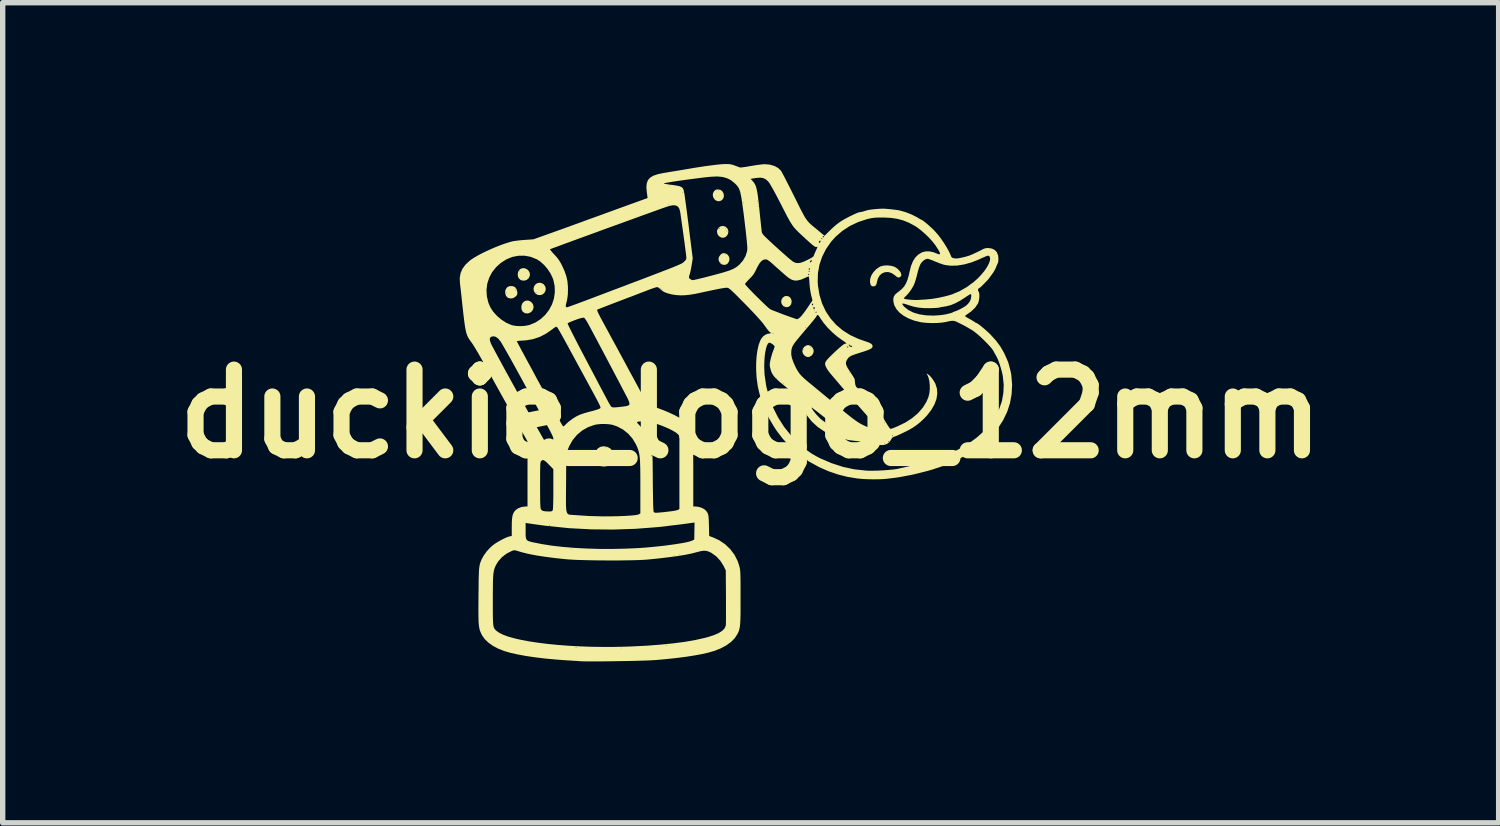
<source format=kicad_pcb>
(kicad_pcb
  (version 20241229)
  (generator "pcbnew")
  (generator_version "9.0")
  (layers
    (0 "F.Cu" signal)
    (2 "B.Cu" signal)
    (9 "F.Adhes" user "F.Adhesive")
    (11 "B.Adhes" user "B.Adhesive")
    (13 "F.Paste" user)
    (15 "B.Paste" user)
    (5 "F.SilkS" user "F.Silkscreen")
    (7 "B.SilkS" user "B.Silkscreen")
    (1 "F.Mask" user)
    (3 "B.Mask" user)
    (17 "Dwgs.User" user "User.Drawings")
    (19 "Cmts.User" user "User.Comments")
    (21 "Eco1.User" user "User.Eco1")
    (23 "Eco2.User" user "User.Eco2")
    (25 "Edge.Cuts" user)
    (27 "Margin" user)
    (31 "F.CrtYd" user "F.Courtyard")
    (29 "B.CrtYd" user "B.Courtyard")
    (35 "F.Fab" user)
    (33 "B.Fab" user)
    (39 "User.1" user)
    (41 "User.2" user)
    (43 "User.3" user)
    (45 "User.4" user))
  (footprint "duckie_logo_12mm"
    (layer "F.Cu")
    (at 10.907 4.644)
    (property "Reference" "duckie_logo_12mm" (at 0 0 0) (layer "F.SilkS") (effects (font (size 1.5 1.5) (thickness 0.3))))
    (attr board_only exclude_from_pos_files exclude_from_bom)
    (fp_poly (pts (xy 0.71 -2.182) (xy 0.742 -2.153) (xy 0.76 -2.11) (xy 0.762 -2.086) (xy 0.753 -2.038) (xy 0.728 -2.004) (xy 0.693 -1.985) (xy 0.652 -1.983) (xy 0.61 -2.002) (xy 0.602 -2.009) (xy 0.576 -2.044) (xy 0.567 -2.085) (xy 0.575 -2.126) (xy 0.597 -2.161) (xy 0.63 -2.185) (xy 0.665 -2.192)) (stroke (width 0) (type solid)) (fill yes) (layer "F.SilkS"))
    (fp_poly (pts (xy -4.097 -2.091) (xy -4.062 -2.059) (xy -4.049 -2.039) (xy -4.036 -1.992) (xy -4.043 -1.948) (xy -4.066 -1.909) (xy -4.1 -1.881) (xy -4.143 -1.866) (xy -4.19 -1.87) (xy -4.204 -1.875) (xy -4.241 -1.902) (xy -4.261 -1.945) (xy -4.263 -2) (xy -4.263 -2.001) (xy -4.248 -2.05) (xy -4.219 -2.084) (xy -4.181 -2.103) (xy -4.139 -2.106)) (stroke (width 0) (type solid)) (fill yes) (layer "F.SilkS"))
    (fp_poly (pts (xy -0.561 -4.164) (xy -0.525 -4.136) (xy -0.504 -4.096) (xy -0.497 -4.047) (xy -0.509 -4.006) (xy -0.534 -3.974) (xy -0.568 -3.956) (xy -0.607 -3.952) (xy -0.648 -3.967) (xy -0.669 -3.984) (xy -0.695 -4.024) (xy -0.705 -4.067) (xy -0.698 -4.108) (xy -0.678 -4.144) (xy -0.661 -4.155) (xy -0.61 -4.155) (xy -0.604 -4.149) (xy -0.598 -4.155) (xy -0.604 -4.161) (xy -0.61 -4.155) (xy -0.661 -4.155) (xy -0.645 -4.167) (xy -0.611 -4.173)) (stroke (width 0) (type solid)) (fill yes) (layer "F.SilkS"))
    (fp_poly (pts (xy -3.865 -2.421) (xy -3.844 -2.404) (xy -3.817 -2.363) (xy -3.809 -2.32) (xy -3.818 -2.279) (xy -3.841 -2.243) (xy -3.875 -2.217) (xy -3.917 -2.206) (xy -3.964 -2.213) (xy -3.968 -2.215) (xy -4.007 -2.242) (xy -4.015 -2.256) (xy -3.997 -2.256) (xy -3.991 -2.25) (xy -3.985 -2.256) (xy -3.991 -2.262) (xy -3.997 -2.256) (xy -4.015 -2.256) (xy -4.031 -2.283) (xy -4.037 -2.331) (xy -4.026 -2.372) (xy -3.996 -2.412) (xy -3.955 -2.434) (xy -3.91 -2.437)) (stroke (width 0) (type solid)) (fill yes) (layer "F.SilkS"))
    (fp_poly (pts (xy -4.199 -2.706) (xy -4.159 -2.689) (xy -4.127 -2.658) (xy -4.107 -2.618) (xy -4.105 -2.571) (xy -4.107 -2.563) (xy -4.129 -2.519) (xy -4.165 -2.489) (xy -4.21 -2.476) (xy -4.258 -2.481) (xy -4.281 -2.491) (xy -4.312 -2.521) (xy -4.329 -2.562) (xy -4.331 -2.608) (xy -4.318 -2.652) (xy -4.316 -2.655) (xy -4.302 -2.655) (xy -4.296 -2.649) (xy -4.29 -2.655) (xy -4.296 -2.661) (xy -4.302 -2.655) (xy -4.316 -2.655) (xy -4.29 -2.687) (xy -4.286 -2.691) (xy -4.243 -2.708)) (stroke (width 0) (type solid)) (fill yes) (layer "F.SilkS"))
    (fp_poly (pts (xy -0.457 -2.979) (xy -0.421 -2.951) (xy -0.399 -2.912) (xy -0.394 -2.866) (xy -0.403 -2.833) (xy -0.43 -2.791) (xy -0.467 -2.77) (xy -0.512 -2.771) (xy -0.535 -2.778) (xy -0.57 -2.803) (xy -0.578 -2.819) (xy -0.563 -2.819) (xy -0.557 -2.813) (xy -0.551 -2.819) (xy -0.557 -2.825) (xy -0.563 -2.819) (xy -0.578 -2.819) (xy -0.592 -2.844) (xy -0.598 -2.881) (xy -0.589 -2.917) (xy -0.566 -2.952) (xy -0.558 -2.96) (xy -0.481 -2.96) (xy -0.475 -2.954) (xy -0.469 -2.96) (xy -0.475 -2.965) (xy -0.481 -2.96) (xy -0.558 -2.96) (xy -0.536 -2.978) (xy -0.505 -2.989) (xy -0.504 -2.989)) (stroke (width 0) (type solid)) (fill yes) (layer "F.SilkS"))
    (fp_poly (pts (xy 1.108 -1.267) (xy 1.143 -1.239) (xy 1.166 -1.2) (xy 1.172 -1.166) (xy 1.162 -1.122) (xy 1.135 -1.085) (xy 1.098 -1.061) (xy 1.067 -1.055) (xy 1.026 -1.065) (xy 0.995 -1.089) (xy 0.97 -1.124) (xy 0.961 -1.162) (xy 0.961 -1.166) (xy 0.969 -1.201) (xy 0.985 -1.201) (xy 0.99 -1.196) (xy 0.996 -1.201) (xy 0.99 -1.207) (xy 0.985 -1.201) (xy 0.969 -1.201) (xy 0.971 -1.21) (xy 0.99 -1.237) (xy 1.114 -1.237) (xy 1.119 -1.231) (xy 1.125 -1.237) (xy 1.119 -1.242) (xy 1.114 -1.237) (xy 0.99 -1.237) (xy 0.998 -1.247) (xy 1.035 -1.271) (xy 1.067 -1.278)) (stroke (width 0) (type solid)) (fill yes) (layer "F.SilkS"))
    (fp_poly (pts (xy 2.606 -2.753) (xy 2.666 -2.737) (xy 2.675 -2.733) (xy 2.722 -2.704) (xy 2.76 -2.668) (xy 2.787 -2.631) (xy 2.8 -2.595) (xy 2.798 -2.565) (xy 2.779 -2.544) (xy 2.758 -2.535) (xy 2.74 -2.535) (xy 2.718 -2.546) (xy 2.687 -2.571) (xy 2.679 -2.578) (xy 2.618 -2.618) (xy 2.557 -2.636) (xy 2.497 -2.633) (xy 2.443 -2.612) (xy 2.398 -2.572) (xy 2.365 -2.516) (xy 2.35 -2.458) (xy 2.341 -2.421) (xy 2.33 -2.392) (xy 2.324 -2.385) (xy 2.296 -2.37) (xy 2.264 -2.37) (xy 2.239 -2.385) (xy 2.228 -2.408) (xy 2.22 -2.442) (xy 2.218 -2.453) (xy 2.223 -2.513) (xy 2.245 -2.576) (xy 2.284 -2.636) (xy 2.334 -2.689) (xy 2.393 -2.73) (xy 2.412 -2.74) (xy 2.469 -2.755) (xy 2.537 -2.76)) (stroke (width 0) (type solid)) (fill yes) (layer "F.SilkS"))
    (fp_poly (pts (xy -4.431 -2.375) (xy -4.386 -2.359) (xy -4.356 -2.326) (xy -4.341 -2.276) (xy -4.34 -2.27) (xy -4.338 -2.234) (xy -4.345 -2.21) (xy -4.364 -2.186) (xy -4.37 -2.181) (xy -4.411 -2.153) (xy -4.459 -2.144) (xy -4.506 -2.154) (xy -4.521 -2.163) (xy -4.55 -2.196) (xy -4.564 -2.241) (xy -4.564 -2.245) (xy -4.548 -2.245) (xy -4.542 -2.239) (xy -4.536 -2.245) (xy -4.542 -2.25) (xy -4.548 -2.245) (xy -4.564 -2.245) (xy -4.562 -2.29) (xy -4.562 -2.292) (xy -4.372 -2.292) (xy -4.366 -2.286) (xy -4.36 -2.292) (xy -4.366 -2.297) (xy -4.372 -2.292) (xy -4.562 -2.292) (xy -4.555 -2.313) (xy -4.546 -2.327) (xy -4.384 -2.327) (xy -4.378 -2.321) (xy -4.372 -2.327) (xy -4.378 -2.333) (xy -4.384 -2.327) (xy -4.546 -2.327) (xy -4.528 -2.353) (xy -4.487 -2.374) (xy -4.434 -2.375)) (stroke (width 0) (type solid)) (fill yes) (layer "F.SilkS"))
    (fp_poly (pts (xy -2.664 0.615) (xy -2.613 0.642) (xy -2.576 0.683) (xy -2.552 0.732) (xy -2.544 0.788) (xy -2.551 0.844) (xy -2.576 0.898) (xy -2.619 0.946) (xy -2.628 0.953) (xy -2.67 0.972) (xy -2.722 0.98) (xy -2.773 0.976) (xy -2.797 0.968) (xy -2.843 0.936) (xy -2.879 0.889) (xy -2.885 0.873) (xy -2.872 0.873) (xy -2.866 0.879) (xy -2.86 0.873) (xy -2.866 0.867) (xy -2.872 0.873) (xy -2.885 0.873) (xy -2.894 0.85) (xy -2.579 0.85) (xy -2.573 0.856) (xy -2.567 0.85) (xy -2.573 0.844) (xy -2.579 0.85) (xy -2.894 0.85) (xy -2.9 0.834) (xy -2.907 0.776) (xy -2.896 0.721) (xy -2.882 0.693) (xy -2.841 0.644) (xy -2.815 0.627) (xy -2.696 0.627) (xy -2.69 0.633) (xy -2.684 0.627) (xy -2.69 0.621) (xy -2.696 0.627) (xy -2.815 0.627) (xy -2.799 0.616) (xy -2.747 0.605) (xy -2.726 0.604)) (stroke (width 0) (type solid)) (fill yes) (layer "F.SilkS"))
    (fp_poly (pts (xy -0.471 -3.481) (xy -0.454 -3.469) (xy -0.425 -3.435) (xy -0.414 -3.395) (xy -0.419 -3.354) (xy -0.437 -3.317) (xy -0.465 -3.289) (xy -0.501 -3.274) (xy -0.544 -3.276) (xy -0.551 -3.279) (xy -0.593 -3.305) (xy -0.619 -3.345) (xy -0.626 -3.391) (xy -0.625 -3.399) (xy -0.445 -3.399) (xy -0.441 -3.39) (xy -0.438 -3.391) (xy -0.436 -3.405) (xy -0.438 -3.407) (xy -0.445 -3.405) (xy -0.445 -3.399) (xy -0.625 -3.399) (xy -0.621 -3.418) (xy -0.611 -3.435) (xy -0.595 -3.435) (xy -0.593 -3.434) (xy -0.583 -3.443) (xy -0.58 -3.446) (xy -0.579 -3.452) (xy -0.469 -3.452) (xy -0.463 -3.446) (xy -0.457 -3.452) (xy -0.463 -3.458) (xy -0.469 -3.452) (xy -0.579 -3.452) (xy -0.577 -3.457) (xy -0.579 -3.458) (xy -0.59 -3.45) (xy -0.592 -3.446) (xy -0.595 -3.435) (xy -0.611 -3.435) (xy -0.596 -3.46) (xy -0.559 -3.486) (xy -0.516 -3.493)) (stroke (width 0) (type solid)) (fill yes) (layer "F.SilkS"))
    (fp_poly (pts (xy -0.414 -4.643) (xy -0.367 -4.638) (xy -0.323 -4.626) (xy -0.293 -4.615) (xy -0.252 -4.6) (xy -0.218 -4.587) (xy -0.199 -4.58) (xy -0.181 -4.58) (xy -0.145 -4.584) (xy -0.095 -4.591) (xy -0.035 -4.601) (xy 0.001 -4.607) (xy 0.071 -4.619) (xy 0.14 -4.629) (xy 0.203 -4.637) (xy 0.251 -4.641) (xy 0.265 -4.641) (xy 0.356 -4.633) (xy 0.439 -4.609) (xy 0.51 -4.571) (xy 0.562 -4.521) (xy 0.573 -4.505) (xy 0.592 -4.469) (xy 0.62 -4.417) (xy 0.654 -4.351) (xy 0.693 -4.274) (xy 0.737 -4.188) (xy 0.784 -4.094) (xy 0.808 -4.046) (xy 0.862 -3.938) (xy 0.906 -3.849) (xy 0.943 -3.776) (xy 0.975 -3.716) (xy 1.002 -3.667) (xy 1.027 -3.627) (xy 1.052 -3.593) (xy 1.078 -3.562) (xy 1.107 -3.533) (xy 1.141 -3.503) (xy 1.182 -3.469) (xy 1.231 -3.429) (xy 1.27 -3.396) (xy 1.374 -3.31) (xy 1.469 -3.405) (xy 1.536 -3.468) (xy 1.599 -3.522) (xy 1.664 -3.57) (xy 1.735 -3.614) (xy 1.817 -3.658) (xy 1.913 -3.705) (xy 1.977 -3.734) (xy 2.01 -3.746) (xy 2.038 -3.751) (xy 2.039 -3.751) (xy 2.063 -3.755) (xy 2.1 -3.764) (xy 2.129 -3.774) (xy 2.173 -3.786) (xy 2.23 -3.796) (xy 2.303 -3.805) (xy 2.396 -3.812) (xy 2.443 -3.814) (xy 2.475 -3.814) (xy 2.524 -3.811) (xy 2.582 -3.806) (xy 2.644 -3.799) (xy 2.702 -3.792) (xy 2.749 -3.785) (xy 2.772 -3.78) (xy 2.886 -3.748) (xy 2.994 -3.705) (xy 3.089 -3.657) (xy 3.103 -3.649) (xy 3.136 -3.628) (xy 3.161 -3.614) (xy 3.171 -3.61) (xy 3.187 -3.603) (xy 3.217 -3.582) (xy 3.255 -3.552) (xy 3.299 -3.515) (xy 3.344 -3.474) (xy 3.388 -3.434) (xy 3.42 -3.401) (xy 3.478 -3.336) (xy 3.537 -3.259) (xy 3.594 -3.176) (xy 3.646 -3.092) (xy 3.69 -3.012) (xy 3.722 -2.942) (xy 3.731 -2.917) (xy 3.747 -2.903) (xy 3.779 -2.892) (xy 3.819 -2.888) (xy 3.86 -2.891) (xy 3.925 -2.904) (xy 3.992 -2.92) (xy 4.051 -2.937) (xy 4.094 -2.953) (xy 4.133 -2.97) (xy 4.18 -2.992) (xy 4.227 -3.014) (xy 4.267 -3.034) (xy 4.29 -3.046) (xy 4.331 -3.067) (xy 4.363 -3.078) (xy 4.395 -3.082) (xy 4.413 -3.083) (xy 4.484 -3.073) (xy 4.539 -3.046) (xy 4.579 -3.002) (xy 4.601 -2.942) (xy 4.606 -2.889) (xy 4.605 -2.849) (xy 4.602 -2.82) (xy 4.599 -2.809) (xy 4.591 -2.794) (xy 4.578 -2.765) (xy 4.571 -2.746) (xy 4.547 -2.69) (xy 4.513 -2.63) (xy 4.48 -2.585) (xy 4.468 -2.569) (xy 4.448 -2.541) (xy 4.437 -2.526) (xy 4.416 -2.499) (xy 4.386 -2.466) (xy 4.35 -2.429) (xy 4.314 -2.393) (xy 4.282 -2.362) (xy 4.257 -2.341) (xy 4.243 -2.333) (xy 4.243 -2.333) (xy 4.23 -2.323) (xy 4.226 -2.302) (xy 4.233 -2.28) (xy 4.237 -2.274) (xy 4.248 -2.249) (xy 4.252 -2.209) (xy 4.251 -2.16) (xy 4.244 -2.111) (xy 4.233 -2.067) (xy 4.226 -2.051) (xy 4.172 -1.972) (xy 4.099 -1.903) (xy 4.058 -1.874) (xy 4.023 -1.85) (xy 3.997 -1.83) (xy 3.985 -1.818) (xy 3.985 -1.817) (xy 3.995 -1.808) (xy 4.02 -1.792) (xy 4.056 -1.772) (xy 4.058 -1.77) (xy 4.1 -1.747) (xy 4.137 -1.725) (xy 4.16 -1.71) (xy 4.183 -1.694) (xy 4.198 -1.688) (xy 4.215 -1.68) (xy 4.245 -1.66) (xy 4.285 -1.629) (xy 4.33 -1.592) (xy 4.378 -1.55) (xy 4.424 -1.508) (xy 4.455 -1.478) (xy 4.56 -1.363) (xy 4.645 -1.248) (xy 4.715 -1.125) (xy 4.762 -1.02) (xy 4.774 -0.99) (xy 4.783 -0.972) (xy 4.791 -0.949) (xy 4.802 -0.91) (xy 4.815 -0.861) (xy 4.828 -0.809) (xy 4.839 -0.762) (xy 4.846 -0.724) (xy 4.846 -0.721) (xy 4.861 -0.543) (xy 4.852 -0.369) (xy 4.822 -0.2) (xy 4.769 -0.037) (xy 4.694 0.119) (xy 4.622 0.231) (xy 4.579 0.287) (xy 4.521 0.352) (xy 4.454 0.422) (xy 4.383 0.492) (xy 4.312 0.556) (xy 4.246 0.611) (xy 4.208 0.639) (xy 4.165 0.669) (xy 4.129 0.693) (xy 4.105 0.709) (xy 4.097 0.714) (xy 4.079 0.723) (xy 4.054 0.74) (xy 4.054 0.74) (xy 4.03 0.755) (xy 3.992 0.776) (xy 3.945 0.801) (xy 3.894 0.828) (xy 3.844 0.853) (xy 3.798 0.876) (xy 3.761 0.893) (xy 3.739 0.902) (xy 3.735 0.903) (xy 3.717 0.907) (xy 3.687 0.919) (xy 3.675 0.925) (xy 3.571 0.971) (xy 3.499 0.997) (xy 3.457 1.01) (xy 3.415 1.024) (xy 3.411 1.026) (xy 3.379 1.036) (xy 3.33 1.05) (xy 3.269 1.067) (xy 3.201 1.084) (xy 3.132 1.102) (xy 3.068 1.117) (xy 3.014 1.13) (xy 2.976 1.138) (xy 2.971 1.139) (xy 2.921 1.148) (xy 2.868 1.158) (xy 2.854 1.161) (xy 2.823 1.167) (xy 2.796 1.172) (xy 2.77 1.177) (xy 2.74 1.181) (xy 2.701 1.187) (xy 2.649 1.194) (xy 2.58 1.202) (xy 2.549 1.206) (xy 2.473 1.213) (xy 2.381 1.217) (xy 2.28 1.218) (xy 2.177 1.216) (xy 2.08 1.211) (xy 1.995 1.203) (xy 1.987 1.203) (xy 1.799 1.172) (xy 1.624 1.128) (xy 1.451 1.069) (xy 1.275 0.992) (xy 1.272 0.99) (xy 1.08 0.885) (xy 0.903 0.761) (xy 0.74 0.619) (xy 0.593 0.459) (xy 0.487 0.32) (xy 0.454 0.271) (xy 0.418 0.213) (xy 0.381 0.151) (xy 0.345 0.089) (xy 0.314 0.033) (xy 0.29 -0.014) (xy 0.276 -0.046) (xy 0.275 -0.051) (xy 0.265 -0.076) (xy 0.258 -0.088) (xy 0.25 -0.107) (xy 0.241 -0.137) (xy 0.24 -0.141) (xy 0.23 -0.176) (xy 0.217 -0.206) (xy 0.216 -0.206) (xy 0.207 -0.229) (xy 0.193 -0.27) (xy 0.178 -0.322) (xy 0.162 -0.382) (xy 0.148 -0.442) (xy 0.135 -0.499) (xy 0.128 -0.539) (xy 0.11 -0.675) (xy 0.102 -0.811) (xy 0.102 -0.888) (xy 0.252 -0.888) (xy 0.255 -0.792) (xy 0.259 -0.723) (xy 0.289 -0.517) (xy 0.341 -0.315) (xy 0.415 -0.12) (xy 0.509 0.067) (xy 0.623 0.245) (xy 0.756 0.41) (xy 0.843 0.501) (xy 0.942 0.594) (xy 1.036 0.671) (xy 1.131 0.737) (xy 1.232 0.796) (xy 1.295 0.828) (xy 1.505 0.918) (xy 1.715 0.986) (xy 1.926 1.032) (xy 2.141 1.055) (xy 2.204 1.058) (xy 2.278 1.058) (xy 2.368 1.056) (xy 2.464 1.051) (xy 2.558 1.044) (xy 2.643 1.036) (xy 2.684 1.031) (xy 2.726 1.024) (xy 2.785 1.011) (xy 2.859 0.995) (xy 2.943 0.975) (xy 3.032 0.954) (xy 3.122 0.931) (xy 3.209 0.909) (xy 3.289 0.887) (xy 3.354 0.869) (xy 3.477 0.829) (xy 3.607 0.779) (xy 3.738 0.723) (xy 3.863 0.662) (xy 3.975 0.601) (xy 4.038 0.562) (xy 4.196 0.448) (xy 4.334 0.326) (xy 4.45 0.196) (xy 4.545 0.06) (xy 4.618 -0.082) (xy 4.67 -0.23) (xy 4.698 -0.383) (xy 4.705 -0.54) (xy 4.688 -0.701) (xy 4.687 -0.709) (xy 4.671 -0.78) (xy 4.65 -0.857) (xy 4.626 -0.934) (xy 4.6 -1.003) (xy 4.575 -1.057) (xy 4.57 -1.067) (xy 4.545 -1.11) (xy 4.521 -1.154) (xy 4.508 -1.178) (xy 4.486 -1.21) (xy 4.449 -1.253) (xy 4.402 -1.304) (xy 4.348 -1.359) (xy 4.291 -1.414) (xy 4.235 -1.465) (xy 4.183 -1.508) (xy 4.139 -1.541) (xy 4.138 -1.542) (xy 4.091 -1.571) (xy 4.031 -1.606) (xy 3.966 -1.642) (xy 3.916 -1.668) (xy 3.859 -1.697) (xy 3.818 -1.716) (xy 3.784 -1.727) (xy 3.752 -1.73) (xy 3.714 -1.726) (xy 3.666 -1.716) (xy 3.624 -1.707) (xy 3.556 -1.696) (xy 3.472 -1.689) (xy 3.38 -1.687) (xy 3.289 -1.69) (xy 3.205 -1.697) (xy 3.159 -1.704) (xy 3.041 -1.733) (xy 2.936 -1.773) (xy 2.844 -1.823) (xy 2.767 -1.882) (xy 2.709 -1.948) (xy 2.67 -2.02) (xy 2.663 -2.046) (xy 2.818 -2.046) (xy 2.824 -2.029) (xy 2.848 -1.999) (xy 2.854 -1.992) (xy 2.93 -1.931) (xy 3.024 -1.883) (xy 3.135 -1.85) (xy 3.261 -1.831) (xy 3.401 -1.826) (xy 3.534 -1.835) (xy 3.582 -1.842) (xy 3.635 -1.851) (xy 3.685 -1.863) (xy 3.726 -1.874) (xy 3.753 -1.884) (xy 3.757 -1.887) (xy 3.776 -1.897) (xy 3.798 -1.904) (xy 3.844 -1.922) (xy 3.899 -1.948) (xy 3.954 -1.978) (xy 4 -2.008) (xy 4.012 -2.017) (xy 4.045 -2.05) (xy 4.073 -2.087) (xy 4.079 -2.099) (xy 4.092 -2.132) (xy 4.1 -2.168) (xy 4.102 -2.201) (xy 4.098 -2.222) (xy 4.092 -2.227) (xy 4.078 -2.221) (xy 4.05 -2.204) (xy 4.012 -2.18) (xy 3.989 -2.164) (xy 3.89 -2.101) (xy 3.801 -2.054) (xy 3.718 -2.02) (xy 3.635 -1.999) (xy 3.598 -1.993) (xy 3.555 -1.986) (xy 3.522 -1.98) (xy 3.504 -1.975) (xy 3.504 -1.974) (xy 3.489 -1.972) (xy 3.455 -1.969) (xy 3.408 -1.967) (xy 3.351 -1.965) (xy 3.344 -1.964) (xy 3.226 -1.965) (xy 3.123 -1.974) (xy 3.027 -1.993) (xy 2.929 -2.023) (xy 2.92 -2.027) (xy 2.866 -2.044) (xy 2.832 -2.051) (xy 2.818 -2.046) (xy 2.663 -2.046) (xy 2.653 -2.09) (xy 2.652 -2.142) (xy 2.653 -2.146) (xy 2.848 -2.146) (xy 2.859 -2.139) (xy 2.888 -2.131) (xy 2.931 -2.125) (xy 2.981 -2.12) (xy 3.035 -2.117) (xy 3.086 -2.116) (xy 3.13 -2.118) (xy 3.154 -2.12) (xy 3.195 -2.122) (xy 3.245 -2.125) (xy 3.27 -2.127) (xy 3.372 -2.137) (xy 3.486 -2.156) (xy 3.603 -2.181) (xy 3.712 -2.211) (xy 3.745 -2.222) (xy 3.883 -2.279) (xy 4.019 -2.357) (xy 4.146 -2.45) (xy 4.224 -2.519) (xy 4.289 -2.588) (xy 4.346 -2.657) (xy 4.392 -2.724) (xy 4.426 -2.787) (xy 4.447 -2.842) (xy 4.453 -2.888) (xy 4.444 -2.921) (xy 4.436 -2.931) (xy 4.428 -2.937) (xy 4.419 -2.94) (xy 4.406 -2.939) (xy 4.387 -2.933) (xy 4.356 -2.921) (xy 4.311 -2.901) (xy 4.249 -2.873) (xy 4.237 -2.867) (xy 4.102 -2.814) (xy 3.967 -2.777) (xy 3.837 -2.756) (xy 3.715 -2.754) (xy 3.618 -2.766) (xy 3.577 -2.777) (xy 3.524 -2.795) (xy 3.466 -2.817) (xy 3.43 -2.832) (xy 3.379 -2.853) (xy 3.335 -2.87) (xy 3.301 -2.88) (xy 3.287 -2.883) (xy 3.252 -2.874) (xy 3.213 -2.849) (xy 3.177 -2.813) (xy 3.156 -2.782) (xy 3.141 -2.747) (xy 3.124 -2.699) (xy 3.109 -2.647) (xy 3.106 -2.636) (xy 3.085 -2.552) (xy 3.067 -2.486) (xy 3.049 -2.433) (xy 3.031 -2.389) (xy 3.009 -2.349) (xy 2.988 -2.315) (xy 2.957 -2.271) (xy 2.924 -2.229) (xy 2.895 -2.198) (xy 2.891 -2.195) (xy 2.866 -2.171) (xy 2.851 -2.152) (xy 2.848 -2.146) (xy 2.653 -2.146) (xy 2.664 -2.185) (xy 2.692 -2.224) (xy 2.739 -2.264) (xy 2.754 -2.274) (xy 2.809 -2.319) (xy 2.854 -2.368) (xy 2.889 -2.427) (xy 2.918 -2.499) (xy 2.943 -2.588) (xy 2.953 -2.637) (xy 2.981 -2.747) (xy 3.017 -2.836) (xy 3.061 -2.906) (xy 3.116 -2.96) (xy 3.182 -3) (xy 3.184 -3.002) (xy 3.251 -3.02) (xy 3.327 -3.02) (xy 3.406 -3.002) (xy 3.448 -2.985) (xy 3.487 -2.969) (xy 3.511 -2.965) (xy 3.521 -2.975) (xy 3.516 -2.998) (xy 3.497 -3.037) (xy 3.462 -3.092) (xy 3.431 -3.139) (xy 3.38 -3.204) (xy 3.316 -3.275) (xy 3.243 -3.345) (xy 3.168 -3.411) (xy 3.096 -3.466) (xy 3.052 -3.494) (xy 2.944 -3.552) (xy 2.839 -3.595) (xy 2.732 -3.624) (xy 2.617 -3.642) (xy 2.488 -3.649) (xy 2.45 -3.649) (xy 2.376 -3.649) (xy 2.319 -3.647) (xy 2.271 -3.642) (xy 2.225 -3.634) (xy 2.174 -3.622) (xy 2.161 -3.619) (xy 1.995 -3.564) (xy 1.842 -3.491) (xy 1.703 -3.4) (xy 1.578 -3.291) (xy 1.495 -3.199) (xy 1.402 -3.065) (xy 1.33 -2.923) (xy 1.279 -2.773) (xy 1.251 -2.617) (xy 1.246 -2.457) (xy 1.251 -2.382) (xy 1.279 -2.212) (xy 1.327 -2.054) (xy 1.395 -1.908) (xy 1.482 -1.776) (xy 1.587 -1.657) (xy 1.71 -1.553) (xy 1.85 -1.464) (xy 2.006 -1.392) (xy 2.118 -1.353) (xy 2.179 -1.333) (xy 2.22 -1.315) (xy 2.247 -1.298) (xy 2.261 -1.278) (xy 2.266 -1.265) (xy 2.266 -1.243) (xy 2.252 -1.223) (xy 2.223 -1.204) (xy 2.176 -1.183) (xy 2.109 -1.16) (xy 2.092 -1.155) (xy 2.009 -1.128) (xy 1.946 -1.108) (xy 1.899 -1.091) (xy 1.864 -1.076) (xy 1.84 -1.062) (xy 1.823 -1.048) (xy 1.809 -1.031) (xy 1.801 -1.02) (xy 1.782 -0.988) (xy 1.772 -0.959) (xy 1.771 -0.93) (xy 1.782 -0.895) (xy 1.803 -0.852) (xy 1.838 -0.798) (xy 1.87 -0.75) (xy 1.898 -0.707) (xy 1.92 -0.67) (xy 1.933 -0.644) (xy 1.935 -0.635) (xy 1.94 -0.576) (xy 1.947 -0.536) (xy 1.958 -0.509) (xy 1.961 -0.504) (xy 1.978 -0.485) (xy 2.006 -0.46) (xy 2.04 -0.432) (xy 2.074 -0.406) (xy 2.103 -0.385) (xy 2.121 -0.375) (xy 2.123 -0.375) (xy 2.147 -0.365) (xy 2.181 -0.333) (xy 2.225 -0.281) (xy 2.278 -0.209) (xy 2.342 -0.116) (xy 2.414 -0.004) (xy 2.496 0.128) (xy 2.496 0.129) (xy 2.526 0.178) (xy 2.553 0.221) (xy 2.574 0.252) (xy 2.586 0.268) (xy 2.586 0.268) (xy 2.593 0.276) (xy 2.603 0.279) (xy 2.619 0.276) (xy 2.644 0.268) (xy 2.684 0.252) (xy 2.731 0.232) (xy 2.876 0.162) (xy 3.003 0.08) (xy 3.111 -0.012) (xy 3.2 -0.114) (xy 3.268 -0.223) (xy 3.305 -0.311) (xy 3.322 -0.378) (xy 3.33 -0.454) (xy 3.33 -0.534) (xy 3.322 -0.61) (xy 3.306 -0.676) (xy 3.284 -0.726) (xy 3.272 -0.745) (xy 3.275 -0.748) (xy 3.289 -0.741) (xy 3.324 -0.714) (xy 3.363 -0.672) (xy 3.4 -0.619) (xy 3.432 -0.564) (xy 3.435 -0.557) (xy 3.463 -0.469) (xy 3.47 -0.375) (xy 3.455 -0.278) (xy 3.419 -0.178) (xy 3.362 -0.078) (xy 3.286 0.022) (xy 3.227 0.085) (xy 3.154 0.154) (xy 3.084 0.21) (xy 3.013 0.259) (xy 2.931 0.306) (xy 2.854 0.344) (xy 2.789 0.375) (xy 2.74 0.397) (xy 2.705 0.413) (xy 2.678 0.422) (xy 2.66 0.428) (xy 2.631 0.446) (xy 2.607 0.484) (xy 2.581 0.525) (xy 2.541 0.556) (xy 2.532 0.56) (xy 2.501 0.573) (xy 2.468 0.58) (xy 2.43 0.581) (xy 2.381 0.576) (xy 2.317 0.564) (xy 2.283 0.557) (xy 2.485 0.557) (xy 2.491 0.563) (xy 2.497 0.557) (xy 2.491 0.551) (xy 2.485 0.557) (xy 2.283 0.557) (xy 2.236 0.546) (xy 2.233 0.545) (xy 2.167 0.532) (xy 2.135 0.527) (xy 2.558 0.527) (xy 2.56 0.527) (xy 2.57 0.519) (xy 2.573 0.516) (xy 2.576 0.505) (xy 2.574 0.504) (xy 2.564 0.512) (xy 2.561 0.516) (xy 2.558 0.527) (xy 2.135 0.527) (xy 2.095 0.52) (xy 2.028 0.512) (xy 2.008 0.511) (xy 1.831 0.49) (xy 1.664 0.453) (xy 1.524 0.403) (xy 2.626 0.403) (xy 2.629 0.419) (xy 2.633 0.419) (xy 2.635 0.403) (xy 2.634 0.396) (xy 2.628 0.392) (xy 2.626 0.403) (xy 1.524 0.403) (xy 1.511 0.399) (xy 1.371 0.329) (xy 1.246 0.244) (xy 1.138 0.145) (xy 1.047 0.032) (xy 0.975 -0.093) (xy 0.969 -0.107) (xy 0.968 -0.109) (xy 1.133 -0.109) (xy 1.146 -0.086) (xy 1.171 -0.05) (xy 1.207 -0.004) (xy 1.229 0.021) (xy 1.301 0.096) (xy 1.39 0.162) (xy 1.498 0.224) (xy 1.51 0.23) (xy 1.567 0.258) (xy 1.605 0.274) (xy 1.624 0.28) (xy 1.626 0.275) (xy 1.617 0.265) (xy 1.6 0.249) (xy 1.568 0.223) (xy 1.525 0.188) (xy 1.475 0.148) (xy 1.419 0.103) (xy 1.361 0.057) (xy 1.303 0.012) (xy 1.25 -0.03) (xy 1.203 -0.066) (xy 1.166 -0.094) (xy 1.142 -0.112) (xy 1.133 -0.117) (xy 1.133 -0.109) (xy 0.968 -0.109) (xy 0.948 -0.157) (xy 0.929 -0.207) (xy 0.915 -0.247) (xy 0.915 -0.249) (xy 0.909 -0.268) (xy 0.901 -0.284) (xy 0.889 -0.301) (xy 0.871 -0.321) (xy 0.843 -0.347) (xy 0.814 -0.372) (xy 0.846 -0.372) (xy 0.849 -0.365) (xy 0.86 -0.353) (xy 0.867 -0.355) (xy 0.867 -0.357) (xy 0.859 -0.367) (xy 0.854 -0.37) (xy 0.846 -0.372) (xy 0.814 -0.372) (xy 0.804 -0.379) (xy 0.752 -0.422) (xy 0.683 -0.477) (xy 0.68 -0.479) (xy 0.598 -0.545) (xy 0.584 -0.557) (xy 0.61 -0.557) (xy 0.615 -0.551) (xy 0.621 -0.557) (xy 0.615 -0.563) (xy 0.61 -0.557) (xy 0.584 -0.557) (xy 0.532 -0.6) (xy 0.482 -0.646) (xy 0.466 -0.662) (xy 0.481 -0.662) (xy 0.486 -0.656) (xy 0.492 -0.662) (xy 0.486 -0.668) (xy 0.481 -0.662) (xy 0.466 -0.662) (xy 0.443 -0.687) (xy 0.415 -0.723) (xy 0.394 -0.759) (xy 0.379 -0.797) (xy 0.368 -0.836) (xy 0.358 -0.877) (xy 0.355 -0.91) (xy 0.357 -0.944) (xy 0.365 -0.988) (xy 0.368 -1.001) (xy 0.382 -1.058) (xy 0.396 -1.106) (xy 0.754 -1.106) (xy 0.767 -1.037) (xy 0.795 -0.956) (xy 0.828 -0.883) (xy 0.854 -0.832) (xy 0.879 -0.79) (xy 0.906 -0.751) (xy 0.937 -0.714) (xy 0.976 -0.675) (xy 1.026 -0.63) (xy 1.089 -0.577) (xy 1.141 -0.535) (xy 1.199 -0.487) (xy 1.27 -0.428) (xy 1.35 -0.362) (xy 1.435 -0.292) (xy 1.518 -0.223) (xy 1.588 -0.164) (xy 1.691 -0.079) (xy 1.779 -0.007) (xy 1.853 0.052) (xy 1.917 0.101) (xy 1.973 0.141) (xy 2.023 0.173) (xy 2.07 0.199) (xy 2.115 0.221) (xy 2.161 0.241) (xy 2.206 0.258) (xy 2.25 0.272) (xy 2.277 0.279) (xy 2.293 0.279) (xy 2.3 0.274) (xy 2.302 0.257) (xy 2.293 0.226) (xy 2.273 0.186) (xy 2.257 0.158) (xy 2.485 0.158) (xy 2.491 0.164) (xy 2.497 0.158) (xy 2.491 0.152) (xy 2.485 0.158) (xy 2.257 0.158) (xy 2.247 0.141) (xy 2.243 0.135) (xy 2.223 0.107) (xy 2.19 0.066) (xy 2.148 0.016) (xy 2.108 -0.029) (xy 2.368 -0.029) (xy 2.374 -0.023) (xy 2.379 -0.029) (xy 2.374 -0.035) (xy 2.368 -0.029) (xy 2.108 -0.029) (xy 2.1 -0.039) (xy 2.056 -0.088) (xy 2.008 -0.142) (xy 1.951 -0.207) (xy 1.888 -0.278) (xy 1.822 -0.353) (xy 1.755 -0.43) (xy 1.689 -0.506) (xy 1.627 -0.579) (xy 1.571 -0.645) (xy 1.523 -0.701) (xy 1.485 -0.746) (xy 1.467 -0.768) (xy 1.829 -0.768) (xy 1.834 -0.762) (xy 1.84 -0.768) (xy 1.834 -0.774) (xy 1.829 -0.768) (xy 1.467 -0.768) (xy 1.46 -0.777) (xy 1.458 -0.779) (xy 1.417 -0.839) (xy 1.391 -0.89) (xy 1.383 -0.928) (xy 1.386 -0.949) (xy 1.396 -0.971) (xy 1.415 -0.998) (xy 1.444 -1.032) (xy 1.487 -1.075) (xy 1.544 -1.13) (xy 1.584 -1.168) (xy 1.647 -1.225) (xy 1.668 -1.242) (xy 1.793 -1.242) (xy 1.802 -1.231) (xy 1.805 -1.231) (xy 1.816 -1.24) (xy 1.817 -1.242) (xy 1.808 -1.254) (xy 1.805 -1.254) (xy 1.794 -1.245) (xy 1.793 -1.242) (xy 1.668 -1.242) (xy 1.695 -1.266) (xy 1.716 -1.281) (xy 1.824 -1.281) (xy 1.831 -1.266) (xy 1.848 -1.25) (xy 1.869 -1.243) (xy 1.884 -1.246) (xy 1.887 -1.254) (xy 1.877 -1.264) (xy 1.864 -1.266) (xy 1.845 -1.271) (xy 1.84 -1.278) (xy 1.831 -1.289) (xy 1.828 -1.289) (xy 1.824 -1.281) (xy 1.716 -1.281) (xy 1.73 -1.292) (xy 1.752 -1.305) (xy 1.761 -1.306) (xy 1.78 -1.303) (xy 1.779 -1.311) (xy 1.761 -1.328) (xy 1.724 -1.355) (xy 1.691 -1.377) (xy 1.603 -1.441) (xy 1.515 -1.518) (xy 1.431 -1.602) (xy 1.358 -1.688) (xy 1.299 -1.772) (xy 1.288 -1.79) (xy 1.267 -1.821) (xy 1.248 -1.838) (xy 1.235 -1.839) (xy 1.231 -1.825) (xy 1.223 -1.812) (xy 1.203 -1.784) (xy 1.173 -1.745) (xy 1.134 -1.698) (xy 1.101 -1.658) (xy 1.021 -1.565) (xy 0.956 -1.488) (xy 0.903 -1.425) (xy 0.861 -1.374) (xy 0.828 -1.332) (xy 0.804 -1.299) (xy 0.787 -1.271) (xy 0.775 -1.247) (xy 0.767 -1.225) (xy 0.761 -1.203) (xy 0.757 -1.179) (xy 0.756 -1.168) (xy 0.754 -1.106) (xy 0.396 -1.106) (xy 0.399 -1.118) (xy 0.416 -1.165) (xy 0.431 -1.204) (xy 0.442 -1.235) (xy 0.445 -1.252) (xy 0.436 -1.269) (xy 0.413 -1.289) (xy 0.384 -1.309) (xy 0.357 -1.321) (xy 0.343 -1.322) (xy 0.322 -1.307) (xy 0.303 -1.271) (xy 0.286 -1.218) (xy 0.272 -1.15) (xy 0.261 -1.07) (xy 0.255 -0.982) (xy 0.252 -0.888) (xy 0.102 -0.888) (xy 0.102 -0.943) (xy 0.11 -1.068) (xy 0.126 -1.182) (xy 0.149 -1.283) (xy 0.18 -1.366) (xy 0.2 -1.401) (xy 0.231 -1.439) (xy 0.272 -1.469) (xy 0.313 -1.487) (xy 0.328 -1.489) (xy 0.41 -1.489) (xy 0.415 -1.479) (xy 0.418 -1.481) (xy 0.419 -1.495) (xy 0.418 -1.496) (xy 0.411 -1.495) (xy 0.41 -1.489) (xy 0.328 -1.489) (xy 0.33 -1.489) (xy 0.359 -1.494) (xy 0.375 -1.502) (xy 0.387 -1.511) (xy 0.378 -1.51) (xy 0.375 -1.509) (xy 0.361 -1.514) (xy 0.337 -1.538) (xy 0.303 -1.58) (xy 0.289 -1.6) (xy 1.02 -1.6) (xy 1.026 -1.594) (xy 1.031 -1.6) (xy 1.026 -1.606) (xy 1.02 -1.6) (xy 0.289 -1.6) (xy 0.269 -1.627) (xy 0.235 -1.674) (xy 0.193 -1.725) (xy 0.14 -1.785) (xy 0.077 -1.854) (xy -0.000179 -1.935) (xy -0.092 -2.03) (xy -0.11 -2.048) (xy -0.188 -2.127) (xy -0.251 -2.191) (xy -0.302 -2.241) (xy -0.342 -2.279) (xy -0.372 -2.306) (xy -0.395 -2.325) (xy -0.413 -2.336) (xy -0.426 -2.342) (xy -0.438 -2.344) (xy -0.44 -2.344) (xy -0.468 -2.343) (xy -0.509 -2.337) (xy -0.565 -2.328) (xy -0.637 -2.314) (xy -0.727 -2.295) (xy -0.837 -2.272) (xy -0.91 -2.256) (xy -1.033 -2.23) (xy -1.139 -2.213) (xy -1.232 -2.204) (xy -1.315 -2.203) (xy -1.395 -2.209) (xy -1.474 -2.222) (xy -1.551 -2.242) (xy -1.61 -2.266) (xy -1.657 -2.297) (xy -1.676 -2.315) (xy -1.653 -2.315) (xy -1.647 -2.309) (xy -1.641 -2.315) (xy -1.647 -2.321) (xy -1.653 -2.315) (xy -1.676 -2.315) (xy -1.681 -2.32) (xy -1.703 -2.338) (xy -1.676 -2.338) (xy -1.67 -2.333) (xy -1.664 -2.338) (xy -1.67 -2.344) (xy -1.676 -2.338) (xy -1.703 -2.338) (xy -1.708 -2.343) (xy -1.734 -2.355) (xy -1.74 -2.356) (xy -1.76 -2.352) (xy -1.796 -2.341) (xy -1.845 -2.324) (xy -1.901 -2.303) (xy -1.917 -2.297) (xy -1.965 -2.278) (xy -2.032 -2.253) (xy -2.112 -2.222) (xy -2.202 -2.187) (xy -2.299 -2.151) (xy -2.398 -2.113) (xy -2.455 -2.091) (xy -2.545 -2.057) (xy -2.628 -2.025) (xy -2.703 -1.996) (xy -2.765 -1.972) (xy -2.813 -1.953) (xy -2.843 -1.941) (xy -2.854 -1.936) (xy -2.854 -1.924) (xy -2.843 -1.894) (xy -2.82 -1.845) (xy -2.785 -1.777) (xy -2.743 -1.7) (xy -2.699 -1.619) (xy -2.645 -1.52) (xy -2.583 -1.404) (xy -2.512 -1.275) (xy -2.436 -1.134) (xy -2.354 -0.983) (xy -2.269 -0.824) (xy -2.18 -0.661) (xy -2.09 -0.494) (xy -2.077 -0.469) (xy -2.029 -0.381) (xy -1.992 -0.312) (xy -1.962 -0.258) (xy -1.938 -0.219) (xy -1.92 -0.19) (xy -1.904 -0.171) (xy -1.889 -0.159) (xy -1.874 -0.151) (xy -1.858 -0.146) (xy -1.839 -0.141) (xy -1.772 -0.122) (xy -1.69 -0.093) (xy -1.602 -0.059) (xy -1.512 -0.021) (xy -1.429 0.018) (xy -1.416 0.024) (xy -1.314 0.079) (xy -1.233 0.133) (xy -1.172 0.189) (xy -1.127 0.25) (xy -1.097 0.316) (xy -1.079 0.392) (xy -1.079 0.394) (xy -1.076 0.422) (xy -1.074 0.471) (xy -1.072 0.539) (xy -1.071 0.623) (xy -1.069 0.72) (xy -1.068 0.83) (xy -1.067 0.948) (xy -1.067 1.074) (xy -1.067 1.099) (xy -1.067 1.723) (xy -1.028 1.723) (xy -0.974 1.729) (xy -0.918 1.745) (xy -0.87 1.768) (xy -0.842 1.79) (xy -0.82 1.815) (xy -0.804 1.838) (xy -0.793 1.865) (xy -0.785 1.899) (xy -0.781 1.944) (xy -0.778 2.004) (xy -0.776 2.076) (xy -0.771 2.272) (xy -0.705 2.296) (xy -0.583 2.352) (xy -0.473 2.427) (xy -0.379 2.517) (xy -0.301 2.621) (xy -0.242 2.737) (xy -0.21 2.834) (xy -0.205 2.857) (xy -0.2 2.881) (xy -0.196 2.909) (xy -0.193 2.942) (xy -0.191 2.983) (xy -0.19 3.035) (xy -0.189 3.1) (xy -0.188 3.181) (xy -0.188 3.28) (xy -0.188 3.399) (xy -0.188 3.422) (xy -0.188 3.551) (xy -0.188 3.659) (xy -0.189 3.748) (xy -0.191 3.822) (xy -0.194 3.881) (xy -0.198 3.93) (xy -0.203 3.969) (xy -0.21 4.002) (xy -0.218 4.031) (xy -0.229 4.059) (xy -0.242 4.087) (xy -0.248 4.098) (xy -0.297 4.173) (xy -0.367 4.243) (xy -0.455 4.307) (xy -0.561 4.363) (xy -0.681 4.41) (xy -0.686 4.411) (xy -0.787 4.44) (xy -0.91 4.468) (xy -1.053 4.494) (xy -1.212 4.519) (xy -1.387 4.541) (xy -1.575 4.561) (xy -1.764 4.578) (xy -1.817 4.581) (xy -1.889 4.585) (xy -1.976 4.588) (xy -2.077 4.591) (xy -2.186 4.594) (xy -2.303 4.596) (xy -2.423 4.598) (xy -2.544 4.6) (xy -2.663 4.602) (xy -2.776 4.603) (xy -2.881 4.603) (xy -2.975 4.603) (xy -3.055 4.603) (xy -3.118 4.602) (xy -3.161 4.6) (xy -3.165 4.6) (xy -3.194 4.598) (xy -3.241 4.594) (xy -3.302 4.591) (xy -3.371 4.586) (xy -3.428 4.583) (xy -3.629 4.568) (xy -3.822 4.55) (xy -4.004 4.528) (xy -4.173 4.503) (xy -4.327 4.475) (xy -4.462 4.445) (xy -4.577 4.412) (xy -4.577 4.412) (xy -4.688 4.369) (xy -4.716 4.354) (xy -2.415 4.354) (xy -2.409 4.36) (xy -2.403 4.354) (xy -2.409 4.349) (xy -2.415 4.354) (xy -4.716 4.354) (xy -4.738 4.343) (xy -3.27 4.343) (xy -3.264 4.349) (xy -3.259 4.343) (xy -3.247 4.343) (xy -3.241 4.349) (xy -3.235 4.343) (xy -3.241 4.337) (xy -3.247 4.343) (xy -3.259 4.343) (xy -3.264 4.337) (xy -3.27 4.343) (xy -4.738 4.343) (xy -4.789 4.316) (xy -4.875 4.255) (xy -4.945 4.188) (xy -4.995 4.117) (xy -5.002 4.102) (xy -5.017 4.071) (xy -5.029 4.042) (xy -5.039 4.012) (xy -5.046 3.979) (xy -5.052 3.941) (xy -5.057 3.895) (xy -5.06 3.838) (xy -5.061 3.77) (xy -5.062 3.686) (xy -5.062 3.585) (xy -5.061 3.467) (xy -4.794 3.467) (xy -4.794 3.589) (xy -4.794 3.689) (xy -4.793 3.771) (xy -4.791 3.837) (xy -4.789 3.888) (xy -4.785 3.927) (xy -4.78 3.957) (xy -4.772 3.979) (xy -4.763 3.996) (xy -4.751 4.011) (xy -4.737 4.025) (xy -4.728 4.034) (xy -4.674 4.072) (xy -4.598 4.109) (xy -4.502 4.144) (xy -4.387 4.176) (xy -4.255 4.206) (xy -4.107 4.233) (xy -3.945 4.257) (xy -3.771 4.279) (xy -3.585 4.297) (xy -3.39 4.312) (xy -3.187 4.323) (xy -2.977 4.331) (xy -2.763 4.334) (xy -2.545 4.334) (xy -2.325 4.329) (xy -2.209 4.325) (xy -1.929 4.311) (xy -1.889 4.308) (xy -1.571 4.308) (xy -1.565 4.313) (xy -1.559 4.308) (xy -1.565 4.302) (xy -1.571 4.308) (xy -1.889 4.308) (xy -1.67 4.291) (xy -1.433 4.267) (xy -1.219 4.239) (xy -1.026 4.205) (xy -0.857 4.167) (xy -0.788 4.149) (xy -0.681 4.114) (xy -0.596 4.077) (xy -0.532 4.037) (xy -0.489 3.995) (xy -0.466 3.948) (xy -0.463 3.935) (xy -0.461 3.915) (xy -0.46 3.875) (xy -0.459 3.817) (xy -0.459 3.743) (xy -0.459 3.656) (xy -0.459 3.559) (xy -0.459 3.455) (xy -0.459 3.404) (xy -0.463 2.911) (xy -0.506 2.824) (xy -0.564 2.732) (xy -0.638 2.652) (xy -0.724 2.589) (xy -0.743 2.579) (xy -0.789 2.558) (xy -0.832 2.547) (xy -0.877 2.546) (xy -0.931 2.554) (xy -1 2.572) (xy -1.005 2.573) (xy -1.102 2.598) (xy -1.22 2.622) (xy -1.361 2.645) (xy -1.524 2.667) (xy -1.71 2.689) (xy -1.919 2.71) (xy -1.922 2.71) (xy -1.99 2.715) (xy -2.078 2.719) (xy -2.183 2.722) (xy -2.301 2.724) (xy -2.428 2.726) (xy -2.562 2.726) (xy -2.699 2.726) (xy -2.836 2.725) (xy -2.968 2.723) (xy -3.094 2.72) (xy -3.208 2.717) (xy -3.309 2.712) (xy -3.392 2.707) (xy -3.428 2.704) (xy -3.636 2.682) (xy -3.823 2.658) (xy -3.99 2.632) (xy -3.993 2.631) (xy -1.43 2.631) (xy -1.424 2.637) (xy -1.418 2.631) (xy -1.424 2.626) (xy -1.43 2.631) (xy -3.993 2.631) (xy -4.053 2.62) (xy -1.336 2.62) (xy -1.33 2.626) (xy -1.325 2.62) (xy -1.33 2.614) (xy -1.336 2.62) (xy -4.053 2.62) (xy -4.135 2.604) (xy -4.258 2.573) (xy -4.321 2.554) (xy -4.361 2.542) (xy -4.388 2.537) (xy -4.411 2.539) (xy -4.438 2.549) (xy -4.444 2.551) (xy -4.54 2.6) (xy -4.624 2.665) (xy -4.694 2.744) (xy -4.731 2.804) (xy -4.746 2.834) (xy -4.758 2.863) (xy -4.768 2.893) (xy -4.776 2.927) (xy -4.782 2.966) (xy -4.787 3.014) (xy -4.79 3.073) (xy -4.792 3.145) (xy -4.793 3.234) (xy -4.794 3.341) (xy -4.794 3.467) (xy -5.061 3.467) (xy -5.061 3.464) (xy -5.061 3.384) (xy -5.059 3.255) (xy -5.058 3.147) (xy -5.057 3.058) (xy -5.054 2.985) (xy -5.052 2.925) (xy -5.048 2.877) (xy -5.043 2.837) (xy -5.037 2.804) (xy -5.029 2.775) (xy -5.019 2.747) (xy -5.007 2.718) (xy -4.997 2.696) (xy -4.96 2.63) (xy -4.909 2.56) (xy -4.868 2.514) (xy -3.341 2.514) (xy -3.335 2.52) (xy -3.329 2.514) (xy -3.335 2.508) (xy -3.341 2.514) (xy -4.868 2.514) (xy -4.85 2.494) (xy -4.79 2.441) (xy -4.742 2.407) (xy -4.684 2.372) (xy -4.623 2.338) (xy -4.565 2.309) (xy -4.514 2.288) (xy -4.481 2.279) (xy -4.442 2.271) (xy -4.442 2.108) (xy -4.441 2.028) (xy -4.184 2.028) (xy -4.184 2.179) (xy -4.184 2.247) (xy -4.181 2.295) (xy -4.173 2.329) (xy -4.157 2.351) (xy -4.13 2.367) (xy -4.089 2.379) (xy -4.043 2.39) (xy -3.878 2.423) (xy -3.692 2.452) (xy -3.489 2.475) (xy -3.272 2.493) (xy -3.044 2.505) (xy -2.808 2.512) (xy -2.566 2.512) (xy -2.322 2.507) (xy -2.081 2.496) (xy -1.964 2.488) (xy -1.844 2.477) (xy -1.724 2.465) (xy -1.605 2.452) (xy -1.492 2.437) (xy -1.387 2.422) (xy -1.292 2.407) (xy -1.211 2.392) (xy -1.147 2.377) (xy -1.102 2.363) (xy -1.09 2.358) (xy -1.049 2.338) (xy -1.046 2.179) (xy -1.043 2.021) (xy -1.274 2.053) (xy -1.712 2.105) (xy -2.138 2.138) (xy -2.556 2.152) (xy -2.969 2.148) (xy -3.379 2.126) (xy -3.791 2.084) (xy -3.923 2.067) (xy -3.747 2.067) (xy -3.745 2.074) (xy -3.739 2.075) (xy -3.729 2.07) (xy -3.731 2.067) (xy -3.745 2.065) (xy -3.747 2.067) (xy -3.923 2.067) (xy -3.952 2.063) (xy -4.015 2.054) (xy -4.072 2.046) (xy -4.117 2.039) (xy -4.147 2.035) (xy -4.152 2.034) (xy -4.184 2.028) (xy -4.441 2.028) (xy -4.441 2.02) (xy -4.437 1.952) (xy -4.429 1.899) (xy -4.416 1.857) (xy -4.398 1.823) (xy -4.373 1.793) (xy -4.323 1.757) (xy -4.258 1.732) (xy -4.183 1.723) (xy -4.178 1.723) (xy -4.149 1.723) (xy -4.149 1.324) (xy -3.915 1.324) (xy -3.915 1.438) (xy -3.914 1.531) (xy -3.914 1.606) (xy -3.912 1.663) (xy -3.91 1.706) (xy -3.908 1.737) (xy -3.905 1.759) (xy -3.901 1.772) (xy -3.897 1.778) (xy -3.882 1.795) (xy -3.861 1.805) (xy -3.828 1.812) (xy -3.779 1.815) (xy -3.76 1.815) (xy -3.72 1.815) (xy -3.696 1.81) (xy -3.683 1.798) (xy -3.681 1.794) (xy -3.677 1.775) (xy -3.674 1.734) (xy -3.672 1.673) (xy -3.671 1.62) (xy -3.434 1.62) (xy -3.434 1.693) (xy -3.431 1.751) (xy -3.427 1.795) (xy -3.419 1.828) (xy -3.409 1.85) (xy -3.395 1.864) (xy -3.378 1.873) (xy -3.355 1.877) (xy -3.328 1.879) (xy -3.294 1.881) (xy -3.28 1.882) (xy -3.006 1.9) (xy -2.747 1.907) (xy -2.497 1.905) (xy -2.327 1.898) (xy -2.236 1.892) (xy -2.166 1.886) (xy -2.117 1.879) (xy -2.087 1.872) (xy -2.078 1.868) (xy -2.051 1.851) (xy -2.051 1.347) (xy -2.051 1.211) (xy -2.052 1.095) (xy -2.053 0.998) (xy -2.056 0.917) (xy -2.059 0.849) (xy -2.065 0.792) (xy -2.067 0.774) (xy -1.85 0.774) (xy -1.848 0.79) (xy -1.844 0.788) (xy -1.843 0.764) (xy -1.844 0.759) (xy -1.848 0.757) (xy -1.85 0.774) (xy -2.067 0.774) (xy -2.072 0.745) (xy -2.074 0.733) (xy -1.852 0.733) (xy -1.846 0.738) (xy -1.84 0.733) (xy -1.846 0.727) (xy -1.852 0.733) (xy -2.074 0.733) (xy -2.081 0.703) (xy -2.092 0.665) (xy -2.106 0.628) (xy -2.123 0.59) (xy -2.135 0.564) (xy -2.197 0.461) (xy -2.277 0.37) (xy -2.371 0.294) (xy -2.477 0.237) (xy -2.567 0.205) (xy -2.632 0.194) (xy -2.709 0.189) (xy -2.79 0.19) (xy -2.865 0.198) (xy -2.901 0.205) (xy -3.023 0.248) (xy -3.132 0.31) (xy -3.228 0.39) (xy -3.309 0.487) (xy -3.373 0.6) (xy -3.401 0.668) (xy -3.407 0.686) (xy -3.413 0.704) (xy -3.417 0.724) (xy -3.421 0.747) (xy -3.423 0.777) (xy -3.426 0.815) (xy -3.427 0.864) (xy -3.429 0.926) (xy -3.43 1.004) (xy -3.431 1.099) (xy -3.431 1.214) (xy -3.432 1.286) (xy -3.433 1.418) (xy -3.434 1.529) (xy -3.434 1.62) (xy -3.671 1.62) (xy -3.67 1.592) (xy -3.669 1.493) (xy -3.669 1.4) (xy -3.669 1.029) (xy -3.747 0.949) (xy -3.792 0.903) (xy -3.826 0.875) (xy -3.851 0.861) (xy -3.872 0.861) (xy -3.891 0.873) (xy -3.892 0.874) (xy -3.898 0.88) (xy -3.903 0.889) (xy -3.907 0.903) (xy -3.91 0.923) (xy -3.912 0.953) (xy -3.913 0.995) (xy -3.914 1.051) (xy -3.915 1.124) (xy -3.915 1.216) (xy -3.915 1.324) (xy -4.149 1.324) (xy -4.149 1.118) (xy -4.149 0.513) (xy -4.259 0.318) (xy -4.339 0.176) (xy -4.429 0.015) (xy -4.528 -0.163) (xy -4.636 -0.357) (xy -4.752 -0.565) (xy -4.835 -0.715) (xy -4.864 -0.768) (xy -4.571 -0.768) (xy -4.565 -0.762) (xy -4.56 -0.768) (xy -4.565 -0.774) (xy -4.571 -0.768) (xy -4.864 -0.768) (xy -4.904 -0.84) (xy -4.964 -0.946) (xy -5.014 -1.036) (xy -5.056 -1.11) (xy -5.092 -1.171) (xy -5.122 -1.221) (xy -5.147 -1.262) (xy -5.168 -1.295) (xy -5.187 -1.322) (xy -5.193 -1.33) (xy -5.218 -1.364) (xy -5.221 -1.37) (xy -4.85 -1.37) (xy -4.834 -1.317) (xy -4.823 -1.294) (xy -4.802 -1.253) (xy -4.771 -1.195) (xy -4.733 -1.124) (xy -4.688 -1.04) (xy -4.636 -0.945) (xy -4.58 -0.841) (xy -4.519 -0.731) (xy -4.456 -0.615) (xy -4.39 -0.496) (xy -4.324 -0.375) (xy -4.258 -0.255) (xy -4.192 -0.137) (xy -4.129 -0.023) (xy -4.069 0.085) (xy -4.012 0.186) (xy -3.961 0.277) (xy -3.916 0.356) (xy -3.879 0.423) (xy -3.849 0.474) (xy -3.828 0.509) (xy -3.818 0.524) (xy -3.818 0.525) (xy -3.784 0.547) (xy -3.747 0.548) (xy -3.711 0.527) (xy -3.699 0.515) (xy -3.688 0.502) (xy -3.679 0.492) (xy -3.672 0.481) (xy -3.669 0.469) (xy -3.67 0.453) (xy -3.676 0.431) (xy -3.688 0.402) (xy -3.706 0.364) (xy -3.731 0.315) (xy -3.764 0.253) (xy -3.805 0.177) (xy -3.856 0.084) (xy -3.917 -0.027) (xy -3.938 -0.064) (xy -3.991 -0.161) (xy -4.044 -0.258) (xy -4.096 -0.352) (xy -4.143 -0.439) (xy -4.186 -0.516) (xy -4.22 -0.579) (xy -4.243 -0.621) (xy -4.3 -0.725) (xy -4.357 -0.829) (xy -4.413 -0.93) (xy -4.466 -1.026) (xy -4.516 -1.114) (xy -4.561 -1.193) (xy -4.598 -1.258) (xy -4.628 -1.309) (xy -4.648 -1.342) (xy -4.65 -1.345) (xy -4.655 -1.351) (xy -4.349 -1.351) (xy -4.346 -1.345) (xy -4.337 -1.328) (xy -4.322 -1.299) (xy -4.3 -1.257) (xy -4.27 -1.2) (xy -4.231 -1.128) (xy -4.183 -1.039) (xy -4.125 -0.932) (xy -4.064 -0.82) (xy -4.03 -0.757) (xy -3.988 -0.678) (xy -3.939 -0.588) (xy -3.886 -0.491) (xy -3.832 -0.391) (xy -3.78 -0.294) (xy -3.763 -0.264) (xy -3.701 -0.149) (xy -3.65 -0.054) (xy -3.607 0.024) (xy -3.573 0.087) (xy -3.546 0.135) (xy -3.526 0.172) (xy -3.51 0.199) (xy -3.5 0.216) (xy -3.492 0.227) (xy -3.488 0.232) (xy -3.484 0.234) (xy -3.483 0.234) (xy -3.47 0.227) (xy -3.448 0.207) (xy -3.434 0.192) (xy -3.4 0.161) (xy -2.113 0.161) (xy -2.1 0.179) (xy -2.091 0.188) (xy -2.029 0.256) (xy -1.969 0.341) (xy -1.916 0.438) (xy -1.871 0.539) (xy -1.85 0.6) (xy -1.844 0.621) (xy -1.839 0.641) (xy -1.835 0.663) (xy -1.832 0.69) (xy -1.829 0.723) (xy -1.827 0.765) (xy -1.825 0.818) (xy -1.823 0.884) (xy -1.822 0.966) (xy -1.821 1.066) (xy -1.82 1.186) (xy -1.82 1.248) (xy -1.818 1.397) (xy -1.816 1.525) (xy -1.814 1.63) (xy -1.812 1.713) (xy -1.809 1.774) (xy -1.806 1.811) (xy -1.803 1.825) (xy -1.795 1.832) (xy -1.783 1.837) (xy -1.764 1.839) (xy -1.734 1.839) (xy -1.691 1.835) (xy -1.631 1.83) (xy -1.553 1.821) (xy -1.488 1.813) (xy -1.431 1.805) (xy -1.385 1.796) (xy -1.356 1.788) (xy -1.351 1.786) (xy -1.325 1.769) (xy -1.325 1.09) (xy -1.325 0.703) (xy -1.102 0.703) (xy -1.098 0.713) (xy -1.094 0.711) (xy -1.093 0.697) (xy -1.094 0.695) (xy -1.101 0.697) (xy -1.102 0.703) (xy -1.325 0.703) (xy -1.325 0.674) (xy -1.102 0.674) (xy -1.096 0.68) (xy -1.09 0.674) (xy -1.096 0.668) (xy -1.102 0.674) (xy -1.325 0.674) (xy -1.325 0.614) (xy -1.101 0.614) (xy -1.099 0.63) (xy -1.095 0.63) (xy -1.092 0.614) (xy -1.094 0.607) (xy -1.099 0.603) (xy -1.101 0.614) (xy -1.325 0.614) (xy -1.325 0.522) (xy -1.102 0.522) (xy -1.096 0.527) (xy -1.09 0.522) (xy -1.096 0.516) (xy -1.102 0.522) (xy -1.325 0.522) (xy -1.325 0.411) (xy -1.357 0.376) (xy -1.39 0.348) (xy -1.442 0.317) (xy -1.507 0.283) (xy -1.581 0.25) (xy -1.659 0.218) (xy -1.737 0.191) (xy -1.81 0.169) (xy -1.864 0.157) (xy -1.923 0.149) (xy -1.983 0.143) (xy -2.037 0.142) (xy -2.08 0.144) (xy -2.106 0.15) (xy -2.107 0.15) (xy -2.113 0.161) (xy -3.4 0.161) (xy -3.379 0.142) (xy -3.369 0.135) (xy -1.852 0.135) (xy -1.846 0.141) (xy -1.84 0.135) (xy -1.846 0.129) (xy -1.852 0.135) (xy -3.369 0.135) (xy -3.312 0.092) (xy -3.241 0.048) (xy -3.179 0.018) (xy -3.14 0.004) (xy -3.085 -0.014) (xy -3.022 -0.032) (xy -2.964 -0.047) (xy -2.908 -0.062) (xy -2.859 -0.077) (xy -2.822 -0.09) (xy -2.803 -0.1) (xy -2.802 -0.1) (xy -2.797 -0.105) (xy -2.794 -0.11) (xy -2.792 -0.118) (xy -2.795 -0.13) (xy -2.801 -0.147) (xy -2.813 -0.173) (xy -2.831 -0.209) (xy -2.855 -0.256) (xy -2.888 -0.317) (xy -2.929 -0.393) (xy -2.98 -0.487) (xy -3.021 -0.563) (xy -3.078 -0.668) (xy -3.142 -0.785) (xy -3.208 -0.907) (xy -3.275 -1.03) (xy -3.337 -1.144) (xy -3.392 -1.246) (xy -3.396 -1.254) (xy -3.406 -1.272) (xy -3.387 -1.272) (xy -3.382 -1.266) (xy -3.376 -1.272) (xy -3.382 -1.278) (xy -3.387 -1.272) (xy -3.406 -1.272) (xy -3.441 -1.336) (xy -3.483 -1.412) (xy -3.52 -1.479) (xy -3.552 -1.535) (xy -3.577 -1.577) (xy -3.592 -1.602) (xy -3.597 -1.608) (xy -3.608 -1.617) (xy -3.62 -1.618) (xy -3.638 -1.609) (xy -3.666 -1.589) (xy -3.69 -1.57) (xy -3.809 -1.488) (xy -3.926 -1.428) (xy -4.048 -1.388) (xy -4.176 -1.366) (xy -4.223 -1.363) (xy -4.274 -1.36) (xy -4.315 -1.356) (xy -4.341 -1.353) (xy -4.349 -1.351) (xy -4.655 -1.351) (xy -4.694 -1.399) (xy -4.74 -1.432) (xy -4.786 -1.442) (xy -4.83 -1.43) (xy -4.849 -1.407) (xy -4.85 -1.37) (xy -5.221 -1.37) (xy -5.239 -1.396) (xy -5.257 -1.427) (xy -5.272 -1.461) (xy -5.285 -1.5) (xy -5.297 -1.546) (xy -5.308 -1.602) (xy -5.318 -1.669) (xy -5.329 -1.752) (xy -5.341 -1.851) (xy -5.354 -1.97) (xy -5.363 -2.051) (xy -5.372 -2.136) (xy -5.381 -2.219) (xy -5.389 -2.295) (xy -5.39 -2.3) (xy -4.912 -2.3) (xy -4.905 -2.183) (xy -4.877 -2.067) (xy -4.838 -1.976) (xy -4.785 -1.896) (xy -4.715 -1.819) (xy -4.633 -1.75) (xy -4.545 -1.693) (xy -4.456 -1.654) (xy -4.432 -1.646) (xy -4.362 -1.634) (xy -4.281 -1.63) (xy -4.199 -1.635) (xy -4.125 -1.649) (xy -4.112 -1.652) (xy -4.043 -1.681) (xy -3.404 -1.681) (xy -3.4 -1.668) (xy -3.385 -1.637) (xy -3.362 -1.588) (xy -3.33 -1.525) (xy -3.291 -1.448) (xy -3.246 -1.36) (xy -3.196 -1.263) (xy -3.142 -1.159) (xy -3.098 -1.077) (xy -3.038 -0.962) (xy -2.978 -0.848) (xy -2.92 -0.738) (xy -2.865 -0.634) (xy -2.816 -0.54) (xy -2.772 -0.457) (xy -2.736 -0.389) (xy -2.709 -0.337) (xy -2.699 -0.319) (xy -2.668 -0.261) (xy -2.64 -0.209) (xy -2.616 -0.168) (xy -2.6 -0.142) (xy -2.594 -0.134) (xy -2.581 -0.125) (xy -2.561 -0.12) (xy -2.53 -0.119) (xy -2.486 -0.122) (xy -2.423 -0.129) (xy -2.386 -0.133) (xy -2.334 -0.14) (xy -2.294 -0.148) (xy -2.268 -0.158) (xy -2.255 -0.174) (xy -2.254 -0.199) (xy -2.265 -0.234) (xy -2.287 -0.284) (xy -2.321 -0.35) (xy -2.346 -0.398) (xy -2.38 -0.462) (xy -2.42 -0.54) (xy -2.467 -0.629) (xy -2.518 -0.725) (xy -2.572 -0.829) (xy -2.629 -0.936) (xy -2.686 -1.044) (xy -2.743 -1.152) (xy -2.799 -1.257) (xy -2.851 -1.356) (xy -2.9 -1.447) (xy -2.943 -1.529) (xy -2.98 -1.598) (xy -3.01 -1.653) (xy -3.03 -1.69) (xy -3.038 -1.704) (xy -3.061 -1.741) (xy -3.082 -1.771) (xy -3.096 -1.785) (xy -3.111 -1.788) (xy -3.137 -1.784) (xy -3.179 -1.773) (xy -3.238 -1.753) (xy -3.257 -1.746) (xy -3.31 -1.726) (xy -3.356 -1.707) (xy -3.388 -1.692) (xy -3.403 -1.682) (xy -3.404 -1.681) (xy -4.043 -1.681) (xy -4.001 -1.698) (xy -3.903 -1.762) (xy -3.818 -1.841) (xy -3.748 -1.933) (xy -3.694 -2.034) (xy -3.658 -2.143) (xy -3.641 -2.257) (xy -3.644 -2.374) (xy -3.669 -2.49) (xy -3.681 -2.524) (xy -3.722 -2.61) (xy -3.778 -2.695) (xy -3.844 -2.771) (xy -3.916 -2.835) (xy -3.98 -2.875) (xy -4.091 -2.919) (xy -4.205 -2.94) (xy -4.319 -2.939) (xy -4.431 -2.917) (xy -4.54 -2.873) (xy -4.642 -2.808) (xy -4.731 -2.729) (xy -4.807 -2.634) (xy -4.862 -2.529) (xy -4.898 -2.417) (xy -4.912 -2.3) (xy -5.39 -2.3) (xy -5.397 -2.36) (xy -5.403 -2.408) (xy -5.405 -2.423) (xy -5.409 -2.524) (xy -5.394 -2.615) (xy -5.358 -2.698) (xy -5.301 -2.775) (xy -5.221 -2.849) (xy -5.21 -2.858) (xy -5.146 -2.901) (xy -5.065 -2.948) (xy -4.97 -2.997) (xy -4.866 -3.046) (xy -4.835 -3.06) (xy -3.73 -3.06) (xy -3.726 -3.049) (xy -3.708 -3.026) (xy -3.68 -2.993) (xy -3.652 -2.963) (xy -3.603 -2.909) (xy -3.565 -2.858) (xy -3.53 -2.801) (xy -3.505 -2.752) (xy -3.459 -2.65) (xy -3.427 -2.557) (xy -3.407 -2.466) (xy -3.398 -2.369) (xy -3.397 -2.309) (xy -3.399 -2.225) (xy -3.407 -2.155) (xy -3.419 -2.093) (xy -3.421 -2.087) (xy -3.434 -2.037) (xy -3.438 -2.006) (xy -3.435 -1.988) (xy -3.424 -1.982) (xy -3.416 -1.981) (xy -3.401 -1.985) (xy -3.367 -1.996) (xy -3.316 -2.015) (xy -3.251 -2.038) (xy -3.174 -2.067) (xy -3.087 -2.099) (xy -2.993 -2.135) (xy -2.968 -2.144) (xy -2.744 -2.229) (xy -2.541 -2.306) (xy -2.357 -2.375) (xy -2.259 -2.413) (xy -0.105 -2.413) (xy -0.097 -2.4) (xy -0.075 -2.374) (xy -0.041 -2.337) (xy 0.003 -2.291) (xy 0.052 -2.24) (xy 0.106 -2.186) (xy 0.161 -2.132) (xy 0.215 -2.079) (xy 0.264 -2.032) (xy 0.307 -1.992) (xy 0.341 -1.962) (xy 0.363 -1.945) (xy 0.366 -1.943) (xy 0.388 -1.933) (xy 0.427 -1.917) (xy 0.479 -1.897) (xy 0.539 -1.874) (xy 0.603 -1.849) (xy 0.669 -1.825) (xy 0.731 -1.803) (xy 0.785 -1.784) (xy 0.828 -1.769) (xy 0.856 -1.76) (xy 0.864 -1.759) (xy 0.881 -1.766) (xy 0.907 -1.784) (xy 0.919 -1.794) (xy 0.941 -1.817) (xy 0.972 -1.855) (xy 0.996 -1.887) (xy 1.207 -1.887) (xy 1.211 -1.876) (xy 1.212 -1.875) (xy 1.222 -1.884) (xy 1.225 -1.887) (xy 1.224 -1.898) (xy 1.22 -1.899) (xy 1.208 -1.89) (xy 1.207 -1.887) (xy 0.996 -1.887) (xy 1.008 -1.903) (xy 1.026 -1.928) (xy 1.184 -1.928) (xy 1.19 -1.922) (xy 1.196 -1.928) (xy 1.19 -1.934) (xy 1.184 -1.928) (xy 1.026 -1.928) (xy 1.045 -1.956) (xy 1.055 -1.97) (xy 1.058 -1.974) (xy 1.162 -1.974) (xy 1.165 -1.958) (xy 1.168 -1.954) (xy 1.183 -1.951) (xy 1.194 -1.963) (xy 1.196 -1.97) (xy 1.186 -1.98) (xy 1.178 -1.981) (xy 1.162 -1.974) (xy 1.058 -1.974) (xy 1.098 -2.034) (xy 1.137 -2.034) (xy 1.143 -2.018) (xy 1.149 -2.016) (xy 1.159 -2.026) (xy 1.16 -2.034) (xy 1.154 -2.049) (xy 1.149 -2.051) (xy 1.138 -2.042) (xy 1.137 -2.034) (xy 1.098 -2.034) (xy 1.149 -2.109) (xy 1.125 -2.206) (xy 1.113 -2.262) (xy 1.103 -2.33) (xy 1.095 -2.399) (xy 1.093 -2.429) (xy 1.09 -2.48) (xy 1.086 -2.521) (xy 1.082 -2.548) (xy 1.079 -2.555) (xy 1.065 -2.551) (xy 1.037 -2.539) (xy 1.013 -2.528) (xy 0.936 -2.495) (xy 0.871 -2.479) (xy 0.815 -2.478) (xy 0.762 -2.494) (xy 0.712 -2.524) (xy 0.686 -2.543) (xy 0.647 -2.576) (xy 0.63 -2.59) (xy 1.067 -2.59) (xy 1.076 -2.579) (xy 1.078 -2.579) (xy 1.09 -2.588) (xy 1.09 -2.59) (xy 1.081 -2.602) (xy 1.078 -2.602) (xy 1.067 -2.593) (xy 1.067 -2.59) (xy 0.63 -2.59) (xy 0.599 -2.618) (xy 0.563 -2.649) (xy 1.078 -2.649) (xy 1.082 -2.638) (xy 1.084 -2.637) (xy 1.094 -2.646) (xy 1.096 -2.649) (xy 1.095 -2.66) (xy 1.091 -2.661) (xy 1.079 -2.652) (xy 1.078 -2.649) (xy 0.563 -2.649) (xy 0.544 -2.666) (xy 0.518 -2.689) (xy 1.078 -2.689) (xy 1.084 -2.677) (xy 1.09 -2.678) (xy 1.101 -2.693) (xy 1.102 -2.697) (xy 1.093 -2.707) (xy 1.09 -2.708) (xy 1.08 -2.698) (xy 1.078 -2.689) (xy 0.518 -2.689) (xy 0.487 -2.716) (xy 0.487 -2.716) (xy 0.427 -2.771) (xy 0.381 -2.811) (xy 0.347 -2.839) (xy 0.321 -2.857) (xy 0.301 -2.867) (xy 0.285 -2.871) (xy 0.276 -2.872) (xy 0.237 -2.864) (xy 0.201 -2.841) (xy 0.165 -2.799) (xy 0.129 -2.738) (xy 0.11 -2.699) (xy 0.08 -2.638) (xy 0.051 -2.591) (xy 0.016 -2.548) (xy -0.023 -2.508) (xy -0.058 -2.472) (xy -0.086 -2.441) (xy -0.102 -2.419) (xy -0.105 -2.413) (xy -2.259 -2.413) (xy -2.193 -2.438) (xy -2.046 -2.493) (xy -1.915 -2.543) (xy -1.801 -2.587) (xy -1.701 -2.625) (xy -1.614 -2.659) (xy -1.54 -2.687) (xy -1.477 -2.712) (xy -1.424 -2.733) (xy -1.381 -2.751) (xy -1.346 -2.766) (xy -1.318 -2.778) (xy -1.297 -2.788) (xy -1.28 -2.797) (xy -1.267 -2.804) (xy -1.258 -2.811) (xy -1.25 -2.817) (xy -1.243 -2.824) (xy -1.236 -2.831) (xy -1.234 -2.832) (xy -1.211 -2.856) (xy -1.199 -2.875) (xy -1.196 -2.899) (xy -1.199 -2.938) (xy -1.199 -2.939) (xy -1.203 -2.974) (xy -1.21 -3.028) (xy -1.219 -3.096) (xy -1.229 -3.176) (xy -1.241 -3.262) (xy -1.253 -3.352) (xy -1.266 -3.442) (xy -1.278 -3.529) (xy -1.289 -3.607) (xy -1.299 -3.674) (xy -1.306 -3.726) (xy -1.312 -3.759) (xy -1.312 -3.763) (xy -1.328 -3.817) (xy -1.354 -3.854) (xy -1.392 -3.874) (xy -1.442 -3.878) (xy -1.508 -3.866) (xy -1.56 -3.85) (xy -1.591 -3.839) (xy -1.642 -3.821) (xy -1.708 -3.798) (xy -1.79 -3.768) (xy -1.884 -3.734) (xy -1.99 -3.696) (xy -2.105 -3.654) (xy -2.227 -3.61) (xy -2.356 -3.563) (xy -2.488 -3.515) (xy -2.622 -3.467) (xy -2.756 -3.418) (xy -2.889 -3.369) (xy -3.018 -3.322) (xy -3.142 -3.277) (xy -3.26 -3.234) (xy -3.368 -3.194) (xy -3.465 -3.159) (xy -3.55 -3.127) (xy -3.621 -3.101) (xy -3.676 -3.081) (xy -3.712 -3.067) (xy -3.729 -3.061) (xy -3.73 -3.06) (xy -4.835 -3.06) (xy -4.759 -3.093) (xy -4.653 -3.135) (xy -4.552 -3.171) (xy -4.462 -3.198) (xy -4.407 -3.211) (xy -4.37 -3.216) (xy -4.317 -3.223) (xy -4.254 -3.229) (xy -4.19 -3.234) (xy -4.19 -3.234) (xy -4.037 -3.245) (xy -3.709 -3.362) (xy -3.618 -3.395) (xy -3.525 -3.428) (xy -3.437 -3.46) (xy -3.358 -3.488) (xy -3.291 -3.513) (xy -3.242 -3.531) (xy -3.241 -3.531) (xy -3.202 -3.545) (xy -3.144 -3.566) (xy -3.07 -3.594) (xy -2.981 -3.626) (xy -2.882 -3.662) (xy -2.773 -3.701) (xy -2.659 -3.743) (xy -2.542 -3.785) (xy -2.508 -3.798) (xy -2.265 -3.886) (xy -1.535 -3.886) (xy -1.53 -3.88) (xy -1.524 -3.886) (xy -1.53 -3.891) (xy -1.535 -3.886) (xy -2.265 -3.886) (xy -1.916 -4.012) (xy -1.931 -4.119) (xy -1.931 -4.12) (xy -1.266 -4.12) (xy -1.26 -4.114) (xy -1.254 -4.12) (xy -1.26 -4.126) (xy -1.266 -4.12) (xy -1.931 -4.12) (xy -1.939 -4.211) (xy -1.937 -4.237) (xy -1.512 -4.237) (xy -1.506 -4.231) (xy -1.5 -4.237) (xy -1.506 -4.243) (xy -1.512 -4.237) (xy -1.937 -4.237) (xy -1.932 -4.285) (xy -1.615 -4.285) (xy -1.609 -4.28) (xy -1.583 -4.274) (xy -1.536 -4.266) (xy -1.466 -4.256) (xy -1.453 -4.255) (xy -1.381 -4.244) (xy -1.329 -4.233) (xy -1.293 -4.22) (xy -1.269 -4.203) (xy -1.26 -4.191) (xy -1.255 -4.182) (xy -1.25 -4.169) (xy -1.244 -4.15) (xy -1.239 -4.124) (xy -1.232 -4.089) (xy -1.225 -4.043) (xy -1.217 -3.984) (xy -1.207 -3.911) (xy -1.195 -3.822) (xy -1.181 -3.716) (xy -1.165 -3.59) (xy -1.146 -3.442) (xy -1.143 -3.411) (xy -1.077 -2.89) (xy -1.096 -2.772) (xy -1.106 -2.714) (xy -1.118 -2.656) (xy -1.129 -2.608) (xy -1.134 -2.592) (xy -1.145 -2.556) (xy -1.148 -2.535) (xy -1.143 -2.522) (xy -1.128 -2.509) (xy -1.127 -2.507) (xy -1.099 -2.491) (xy -1.077 -2.485) (xy -1.059 -2.488) (xy -1.022 -2.496) (xy -0.971 -2.508) (xy -0.908 -2.523) (xy -0.838 -2.54) (xy -0.829 -2.543) (xy -0.705 -2.575) (xy -0.601 -2.603) (xy -0.514 -2.627) (xy -0.444 -2.649) (xy -0.386 -2.668) (xy -0.34 -2.687) (xy -0.301 -2.707) (xy -0.268 -2.727) (xy -0.239 -2.749) (xy -0.21 -2.774) (xy -0.205 -2.779) (xy -0.142 -2.851) (xy -0.096 -2.932) (xy -0.068 -3.017) (xy -0.063 -3.055) (xy -0.062 -3.088) (xy -0.066 -3.143) (xy -0.073 -3.221) (xy -0.083 -3.319) (xy -0.096 -3.437) (xy -0.113 -3.575) (xy -0.117 -3.61) (xy -0.133 -3.741) (xy -0.148 -3.85) (xy 0.129 -3.85) (xy 0.135 -3.845) (xy 0.141 -3.85) (xy 0.135 -3.856) (xy 0.129 -3.85) (xy -0.148 -3.85) (xy -0.148 -3.851) (xy -0.159 -3.932) (xy -0.141 -3.932) (xy -0.135 -3.927) (xy -0.129 -3.932) (xy -0.135 -3.938) (xy -0.141 -3.932) (xy -0.159 -3.932) (xy -0.16 -3.942) (xy -0.163 -3.956) (xy 0.117 -3.956) (xy 0.123 -3.95) (xy 0.129 -3.956) (xy 0.123 -3.962) (xy 0.117 -3.956) (xy -0.163 -3.956) (xy -0.172 -4.017) (xy -0.184 -4.077) (xy -0.195 -4.126) (xy -0.208 -4.165) (xy -0.222 -4.197) (xy -0.239 -4.224) (xy -0.258 -4.248) (xy -0.28 -4.271) (xy -0.3 -4.29) (xy -0.367 -4.344) (xy -0.416 -4.369) (xy -0.001 -4.369) (xy 0.027 -4.338) (xy 0.05 -4.312) (xy 0.07 -4.285) (xy 0.086 -4.256) (xy 0.1 -4.221) (xy 0.111 -4.178) (xy 0.122 -4.125) (xy 0.133 -4.057) (xy 0.143 -3.974) (xy 0.154 -3.872) (xy 0.164 -3.78) (xy 0.173 -3.69) (xy 0.182 -3.605) (xy 0.19 -3.529) (xy 0.197 -3.466) (xy 0.202 -3.418) (xy 0.205 -3.389) (xy 0.206 -3.385) (xy 0.211 -3.366) (xy 0.222 -3.346) (xy 0.24 -3.322) (xy 0.27 -3.291) (xy 0.313 -3.25) (xy 0.35 -3.215) (xy 0.454 -3.119) (xy 0.547 -3.035) (xy 0.627 -2.964) (xy 0.693 -2.906) (xy 0.746 -2.862) (xy 0.783 -2.833) (xy 0.8 -2.822) (xy 0.839 -2.806) (xy 0.881 -2.802) (xy 0.93 -2.809) (xy 0.989 -2.83) (xy 0.991 -2.831) (xy 1.104 -2.831) (xy 1.106 -2.816) (xy 1.115 -2.816) (xy 1.131 -2.83) (xy 1.135 -2.842) (xy 1.133 -2.857) (xy 1.123 -2.857) (xy 1.108 -2.843) (xy 1.104 -2.831) (xy 0.991 -2.831) (xy 1.053 -2.86) (xy 1.101 -2.884) (xy 1.139 -2.906) (xy 1.164 -2.924) (xy 1.172 -2.933) (xy 1.177 -2.95) (xy 1.189 -2.982) (xy 1.207 -3.021) (xy 1.207 -3.022) (xy 1.227 -3.065) (xy 1.238 -3.091) (xy 1.24 -3.103) (xy 1.233 -3.106) (xy 1.218 -3.102) (xy 1.218 -3.102) (xy 1.205 -3.103) (xy 1.187 -3.113) (xy 1.159 -3.133) (xy 1.121 -3.164) (xy 1.087 -3.195) (xy 1.268 -3.195) (xy 1.27 -3.179) (xy 1.279 -3.179) (xy 1.295 -3.194) (xy 1.299 -3.205) (xy 1.297 -3.221) (xy 1.288 -3.221) (xy 1.272 -3.206) (xy 1.268 -3.195) (xy 1.087 -3.195) (xy 1.071 -3.209) (xy 1.027 -3.249) (xy 1.016 -3.259) (xy 1.313 -3.259) (xy 1.321 -3.247) (xy 1.325 -3.247) (xy 1.336 -3.251) (xy 1.336 -3.252) (xy 1.328 -3.262) (xy 1.325 -3.264) (xy 1.314 -3.263) (xy 1.313 -3.259) (xy 1.016 -3.259) (xy 0.979 -3.294) (xy 1.336 -3.294) (xy 1.346 -3.283) (xy 1.354 -3.282) (xy 1.367 -3.288) (xy 1.366 -3.294) (xy 1.351 -3.305) (xy 1.347 -3.305) (xy 1.337 -3.296) (xy 1.336 -3.294) (xy 0.979 -3.294) (xy 0.965 -3.306) (xy 0.913 -3.355) (xy 0.87 -3.396) (xy 0.833 -3.435) (xy 0.801 -3.472) (xy 0.772 -3.512) (xy 0.743 -3.557) (xy 0.712 -3.61) (xy 0.677 -3.674) (xy 0.637 -3.752) (xy 0.588 -3.847) (xy 0.567 -3.889) (xy 0.505 -4.008) (xy 0.452 -4.109) (xy 0.406 -4.192) (xy 0.37 -4.255) (xy 0.342 -4.299) (xy 0.326 -4.32) (xy 0.283 -4.359) (xy 0.236 -4.382) (xy 0.18 -4.391) (xy 0.111 -4.386) (xy 0.089 -4.383) (xy -0.001 -4.369) (xy -0.416 -4.369) (xy -0.441 -4.381) (xy -0.525 -4.404) (xy -0.621 -4.413) (xy -0.734 -4.408) (xy -0.748 -4.407) (xy -0.817 -4.4) (xy -0.896 -4.391) (xy -0.983 -4.38) (xy -1.075 -4.368) (xy -1.168 -4.356) (xy -1.26 -4.343) (xy -1.347 -4.331) (xy -1.427 -4.319) (xy -1.497 -4.308) (xy -1.553 -4.298) (xy -1.593 -4.291) (xy -1.613 -4.286) (xy -1.615 -4.285) (xy -1.932 -4.285) (xy -1.932 -4.285) (xy -1.91 -4.345) (xy -1.869 -4.391) (xy -1.81 -4.427) (xy -1.731 -4.454) (xy -1.709 -4.459) (xy -1.671 -4.467) (xy -1.616 -4.478) (xy -1.551 -4.489) (xy -1.48 -4.501) (xy -1.448 -4.506) (xy -1.375 -4.518) (xy -1.301 -4.53) (xy -1.234 -4.541) (xy -1.18 -4.551) (xy -1.164 -4.553) (xy -1.063 -4.571) (xy -0.959 -4.587) (xy -0.855 -4.603) (xy -0.755 -4.616) (xy -0.663 -4.628) (xy -0.583 -4.637) (xy -0.518 -4.642) (xy -0.475 -4.644)) (stroke (width 0) (type solid)) (fill yes) (layer "F.SilkS")))
  (gr_rect
    (start -3 -3)
    (end 24.814 12.248)
    (stroke (width 0.1) (type default))
    (fill no)
    (layer "Edge.Cuts")))
</source>
